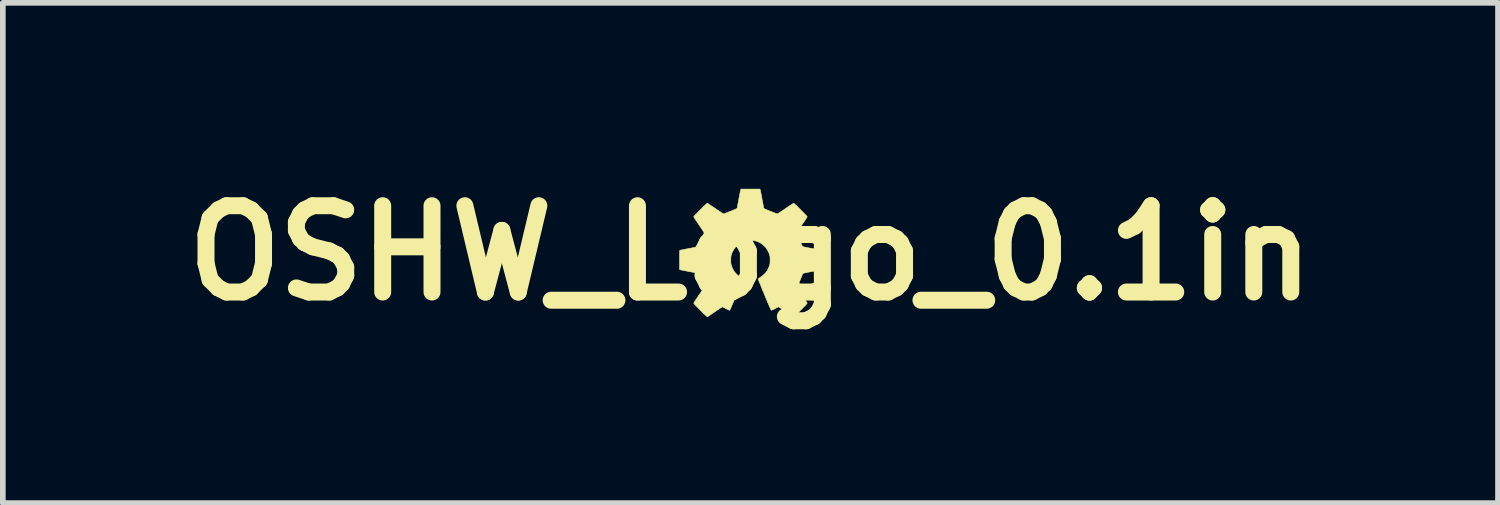
<source format=kicad_pcb>
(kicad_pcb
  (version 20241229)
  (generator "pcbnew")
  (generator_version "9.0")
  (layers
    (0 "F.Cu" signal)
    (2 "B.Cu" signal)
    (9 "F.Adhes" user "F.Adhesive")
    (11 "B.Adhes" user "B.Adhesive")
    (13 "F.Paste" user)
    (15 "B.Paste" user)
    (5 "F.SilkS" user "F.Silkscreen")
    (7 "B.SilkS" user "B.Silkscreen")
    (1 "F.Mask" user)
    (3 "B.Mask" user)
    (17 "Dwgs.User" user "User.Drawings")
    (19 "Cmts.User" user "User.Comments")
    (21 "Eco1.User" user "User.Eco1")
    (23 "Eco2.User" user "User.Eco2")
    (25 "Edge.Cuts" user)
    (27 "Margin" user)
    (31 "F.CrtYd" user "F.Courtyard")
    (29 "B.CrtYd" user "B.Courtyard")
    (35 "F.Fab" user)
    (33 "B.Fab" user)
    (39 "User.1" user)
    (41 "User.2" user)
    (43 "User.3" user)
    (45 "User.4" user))
  (footprint "OSHW_Logo_0.1in"
    (layer "F.Cu")
    (at 10.204 1.418)
    (property "Reference" "OSHW_Logo_0.1in" (at 0 0 0) (layer "F.SilkS") (effects (font (size 1.524 1.524) (thickness 0.3))))
    (attr through_hole)
    (fp_poly (pts (xy 0.171 -1.121) (xy 0.172 -1.116) (xy 0.175 -1.105) (xy 0.179 -1.088) (xy 0.183 -1.067) (xy 0.188 -1.041) (xy 0.194 -1.012) (xy 0.2 -0.981) (xy 0.204 -0.956) (xy 0.21 -0.923) (xy 0.216 -0.893) (xy 0.221 -0.865) (xy 0.226 -0.841) (xy 0.23 -0.821) (xy 0.232 -0.805) (xy 0.234 -0.796) (xy 0.235 -0.793) (xy 0.239 -0.787) (xy 0.247 -0.781) (xy 0.256 -0.777) (xy 0.27 -0.771) (xy 0.288 -0.763) (xy 0.309 -0.754) (xy 0.332 -0.745) (xy 0.356 -0.735) (xy 0.381 -0.726) (xy 0.404 -0.717) (xy 0.425 -0.709) (xy 0.444 -0.701) (xy 0.459 -0.696) (xy 0.469 -0.693) (xy 0.474 -0.691) (xy 0.478 -0.693) (xy 0.486 -0.697) (xy 0.497 -0.703) (xy 0.513 -0.713) (xy 0.533 -0.726) (xy 0.557 -0.742) (xy 0.587 -0.762) (xy 0.618 -0.784) (xy 0.646 -0.803) (xy 0.672 -0.82) (xy 0.696 -0.836) (xy 0.717 -0.85) (xy 0.735 -0.862) (xy 0.749 -0.871) (xy 0.758 -0.876) (xy 0.761 -0.878) (xy 0.764 -0.878) (xy 0.768 -0.876) (xy 0.773 -0.872) (xy 0.78 -0.866) (xy 0.79 -0.857) (xy 0.803 -0.845) (xy 0.819 -0.83) (xy 0.838 -0.811) (xy 0.862 -0.787) (xy 0.886 -0.763) (xy 0.917 -0.732) (xy 0.943 -0.705) (xy 0.965 -0.683) (xy 0.981 -0.666) (xy 0.993 -0.653) (xy 1 -0.644) (xy 1.002 -0.64) (xy 1.002 -0.64) (xy 1 -0.635) (xy 0.994 -0.626) (xy 0.986 -0.612) (xy 0.974 -0.594) (xy 0.96 -0.572) (xy 0.944 -0.548) (xy 0.926 -0.522) (xy 0.91 -0.499) (xy 0.886 -0.464) (xy 0.867 -0.435) (xy 0.851 -0.41) (xy 0.838 -0.391) (xy 0.829 -0.376) (xy 0.822 -0.365) (xy 0.819 -0.358) (xy 0.818 -0.355) (xy 0.82 -0.35) (xy 0.824 -0.338) (xy 0.83 -0.323) (xy 0.837 -0.303) (xy 0.846 -0.281) (xy 0.856 -0.258) (xy 0.867 -0.233) (xy 0.877 -0.208) (xy 0.887 -0.185) (xy 0.897 -0.163) (xy 0.905 -0.145) (xy 0.912 -0.13) (xy 0.917 -0.12) (xy 0.92 -0.116) (xy 0.924 -0.114) (xy 0.931 -0.111) (xy 0.943 -0.108) (xy 0.959 -0.104) (xy 0.981 -0.1) (xy 1.008 -0.094) (xy 1.042 -0.088) (xy 1.081 -0.081) (xy 1.114 -0.075) (xy 1.144 -0.069) (xy 1.172 -0.063) (xy 1.196 -0.058) (xy 1.217 -0.054) (xy 1.232 -0.051) (xy 1.241 -0.048) (xy 1.244 -0.047) (xy 1.252 -0.042) (xy 1.252 0.289) (xy 1.244 0.294) (xy 1.239 0.296) (xy 1.228 0.299) (xy 1.211 0.302) (xy 1.19 0.307) (xy 1.165 0.312) (xy 1.136 0.318) (xy 1.105 0.324) (xy 1.085 0.327) (xy 1.047 0.334) (xy 1.015 0.341) (xy 0.989 0.346) (xy 0.969 0.35) (xy 0.953 0.353) (xy 0.942 0.356) (xy 0.934 0.359) (xy 0.929 0.361) (xy 0.928 0.362) (xy 0.925 0.367) (xy 0.92 0.377) (xy 0.913 0.392) (xy 0.905 0.411) (xy 0.896 0.433) (xy 0.886 0.457) (xy 0.876 0.483) (xy 0.866 0.508) (xy 0.856 0.533) (xy 0.847 0.556) (xy 0.839 0.576) (xy 0.833 0.594) (xy 0.828 0.606) (xy 0.826 0.614) (xy 0.826 0.616) (xy 0.827 0.62) (xy 0.833 0.629) (xy 0.842 0.643) (xy 0.853 0.661) (xy 0.867 0.683) (xy 0.883 0.706) (xy 0.901 0.732) (xy 0.914 0.751) (xy 0.932 0.778) (xy 0.949 0.803) (xy 0.965 0.827) (xy 0.978 0.847) (xy 0.989 0.864) (xy 0.996 0.876) (xy 1.001 0.884) (xy 1.002 0.887) (xy 0.999 0.891) (xy 0.992 0.9) (xy 0.982 0.912) (xy 0.968 0.927) (xy 0.951 0.945) (xy 0.932 0.964) (xy 0.912 0.985) (xy 0.891 1.006) (xy 0.869 1.027) (xy 0.848 1.048) (xy 0.828 1.067) (xy 0.81 1.085) (xy 0.794 1.1) (xy 0.78 1.112) (xy 0.77 1.121) (xy 0.764 1.125) (xy 0.763 1.125) (xy 0.759 1.123) (xy 0.749 1.118) (xy 0.735 1.109) (xy 0.717 1.098) (xy 0.696 1.084) (xy 0.672 1.068) (xy 0.646 1.05) (xy 0.63 1.039) (xy 0.603 1.021) (xy 0.578 1.004) (xy 0.555 0.989) (xy 0.535 0.976) (xy 0.519 0.965) (xy 0.506 0.957) (xy 0.499 0.953) (xy 0.497 0.953) (xy 0.492 0.954) (xy 0.481 0.959) (xy 0.467 0.965) (xy 0.45 0.974) (xy 0.434 0.983) (xy 0.413 0.994) (xy 0.395 1.002) (xy 0.381 1.008) (xy 0.372 1.012) (xy 0.37 1.012) (xy 0.368 1.011) (xy 0.366 1.009) (xy 0.363 1.004) (xy 0.359 0.997) (xy 0.355 0.988) (xy 0.349 0.975) (xy 0.342 0.959) (xy 0.333 0.939) (xy 0.323 0.915) (xy 0.31 0.886) (xy 0.296 0.851) (xy 0.279 0.811) (xy 0.26 0.766) (xy 0.25 0.741) (xy 0.233 0.699) (xy 0.216 0.66) (xy 0.201 0.622) (xy 0.187 0.587) (xy 0.174 0.556) (xy 0.163 0.528) (xy 0.153 0.505) (xy 0.146 0.486) (xy 0.141 0.472) (xy 0.138 0.465) (xy 0.138 0.463) (xy 0.14 0.457) (xy 0.146 0.45) (xy 0.157 0.442) (xy 0.192 0.418) (xy 0.225 0.392) (xy 0.254 0.365) (xy 0.278 0.338) (xy 0.289 0.323) (xy 0.3 0.304) (xy 0.312 0.281) (xy 0.323 0.256) (xy 0.333 0.231) (xy 0.339 0.212) (xy 0.343 0.199) (xy 0.345 0.186) (xy 0.346 0.173) (xy 0.347 0.157) (xy 0.347 0.136) (xy 0.347 0.125) (xy 0.347 0.102) (xy 0.347 0.084) (xy 0.346 0.07) (xy 0.344 0.057) (xy 0.341 0.045) (xy 0.339 0.039) (xy 0.323 -0.009) (xy 0.301 -0.052) (xy 0.272 -0.093) (xy 0.251 -0.118) (xy 0.215 -0.15) (xy 0.176 -0.177) (xy 0.134 -0.198) (xy 0.09 -0.213) (xy 0.044 -0.222) (xy -0.002 -0.224) (xy -0.049 -0.221) (xy -0.095 -0.211) (xy -0.14 -0.195) (xy -0.183 -0.173) (xy -0.19 -0.168) (xy -0.228 -0.139) (xy -0.263 -0.105) (xy -0.292 -0.065) (xy -0.314 -0.026) (xy -0.326 -0.000325) (xy -0.335 0.023) (xy -0.341 0.046) (xy -0.345 0.069) (xy -0.347 0.096) (xy -0.347 0.127) (xy -0.347 0.151) (xy -0.346 0.169) (xy -0.345 0.184) (xy -0.343 0.196) (xy -0.341 0.208) (xy -0.339 0.213) (xy -0.332 0.234) (xy -0.323 0.258) (xy -0.312 0.283) (xy -0.3 0.305) (xy -0.289 0.323) (xy -0.289 0.323) (xy -0.266 0.352) (xy -0.237 0.381) (xy -0.203 0.41) (xy -0.164 0.438) (xy -0.158 0.442) (xy -0.146 0.45) (xy -0.14 0.457) (xy -0.138 0.463) (xy -0.138 0.463) (xy -0.139 0.467) (xy -0.143 0.478) (xy -0.149 0.494) (xy -0.157 0.515) (xy -0.168 0.54) (xy -0.18 0.57) (xy -0.193 0.603) (xy -0.208 0.639) (xy -0.224 0.677) (xy -0.241 0.718) (xy -0.25 0.741) (xy -0.27 0.79) (xy -0.288 0.833) (xy -0.304 0.87) (xy -0.317 0.902) (xy -0.328 0.928) (xy -0.338 0.951) (xy -0.346 0.969) (xy -0.352 0.983) (xy -0.358 0.994) (xy -0.362 1.002) (xy -0.365 1.007) (xy -0.367 1.01) (xy -0.369 1.012) (xy -0.369 1.012) (xy -0.375 1.011) (xy -0.386 1.006) (xy -0.401 0.999) (xy -0.419 0.99) (xy -0.433 0.983) (xy -0.452 0.973) (xy -0.468 0.965) (xy -0.482 0.958) (xy -0.492 0.954) (xy -0.496 0.953) (xy -0.501 0.954) (xy -0.51 0.96) (xy -0.524 0.969) (xy -0.542 0.98) (xy -0.562 0.993) (xy -0.584 1.008) (xy -0.6 1.019) (xy -0.625 1.036) (xy -0.649 1.052) (xy -0.672 1.068) (xy -0.692 1.082) (xy -0.709 1.094) (xy -0.722 1.102) (xy -0.726 1.105) (xy -0.74 1.114) (xy -0.751 1.121) (xy -0.76 1.125) (xy -0.763 1.125) (xy -0.768 1.123) (xy -0.776 1.116) (xy -0.789 1.104) (xy -0.807 1.088) (xy -0.829 1.067) (xy -0.856 1.04) (xy -0.886 1.01) (xy -0.918 0.978) (xy -0.945 0.951) (xy -0.966 0.928) (xy -0.983 0.911) (xy -0.994 0.898) (xy -1 0.89) (xy -1.002 0.887) (xy -1 0.883) (xy -0.994 0.873) (xy -0.986 0.859) (xy -0.974 0.841) (xy -0.96 0.82) (xy -0.944 0.796) (xy -0.927 0.77) (xy -0.914 0.751) (xy -0.895 0.724) (xy -0.878 0.699) (xy -0.863 0.676) (xy -0.85 0.655) (xy -0.839 0.639) (xy -0.831 0.626) (xy -0.826 0.618) (xy -0.826 0.616) (xy -0.827 0.61) (xy -0.831 0.599) (xy -0.836 0.583) (xy -0.844 0.563) (xy -0.852 0.541) (xy -0.862 0.516) (xy -0.872 0.491) (xy -0.883 0.466) (xy -0.893 0.441) (xy -0.902 0.418) (xy -0.911 0.398) (xy -0.919 0.382) (xy -0.924 0.369) (xy -0.928 0.363) (xy -0.929 0.362) (xy -0.932 0.36) (xy -0.938 0.357) (xy -0.947 0.355) (xy -0.96 0.352) (xy -0.977 0.348) (xy -1 0.343) (xy -1.027 0.338) (xy -1.061 0.332) (xy -1.087 0.327) (xy -1.118 0.321) (xy -1.148 0.315) (xy -1.176 0.31) (xy -1.199 0.305) (xy -1.219 0.301) (xy -1.233 0.297) (xy -1.242 0.295) (xy -1.244 0.294) (xy -1.252 0.289) (xy -1.252 0.124) (xy -1.252 0.085) (xy -1.252 0.052) (xy -1.252 0.026) (xy -1.252 0.005) (xy -1.251 -0.012) (xy -1.251 -0.025) (xy -1.25 -0.034) (xy -1.25 -0.04) (xy -1.248 -0.044) (xy -1.247 -0.046) (xy -1.247 -0.046) (xy -1.242 -0.048) (xy -1.232 -0.05) (xy -1.215 -0.054) (xy -1.194 -0.058) (xy -1.169 -0.063) (xy -1.141 -0.069) (xy -1.11 -0.075) (xy -1.084 -0.08) (xy -1.044 -0.087) (xy -1.011 -0.094) (xy -0.983 -0.099) (xy -0.962 -0.104) (xy -0.945 -0.107) (xy -0.933 -0.11) (xy -0.925 -0.113) (xy -0.921 -0.115) (xy -0.92 -0.115) (xy -0.917 -0.12) (xy -0.912 -0.131) (xy -0.905 -0.146) (xy -0.896 -0.165) (xy -0.886 -0.187) (xy -0.876 -0.211) (xy -0.865 -0.236) (xy -0.855 -0.26) (xy -0.845 -0.284) (xy -0.836 -0.306) (xy -0.829 -0.325) (xy -0.823 -0.34) (xy -0.82 -0.35) (xy -0.818 -0.355) (xy -0.82 -0.36) (xy -0.824 -0.368) (xy -0.831 -0.38) (xy -0.841 -0.396) (xy -0.855 -0.417) (xy -0.872 -0.442) (xy -0.893 -0.473) (xy -0.91 -0.499) (xy -0.929 -0.526) (xy -0.946 -0.552) (xy -0.962 -0.576) (xy -0.976 -0.597) (xy -0.987 -0.614) (xy -0.995 -0.628) (xy -1.001 -0.636) (xy -1.002 -0.64) (xy -0.999 -0.644) (xy -0.992 -0.653) (xy -0.982 -0.665) (xy -0.968 -0.68) (xy -0.951 -0.697) (xy -0.932 -0.717) (xy -0.912 -0.738) (xy -0.891 -0.759) (xy -0.869 -0.78) (xy -0.848 -0.801) (xy -0.828 -0.82) (xy -0.81 -0.838) (xy -0.794 -0.853) (xy -0.78 -0.865) (xy -0.77 -0.874) (xy -0.764 -0.878) (xy -0.763 -0.878) (xy -0.759 -0.876) (xy -0.749 -0.871) (xy -0.735 -0.862) (xy -0.717 -0.85) (xy -0.696 -0.836) (xy -0.672 -0.82) (xy -0.645 -0.802) (xy -0.62 -0.785) (xy -0.585 -0.761) (xy -0.555 -0.741) (xy -0.531 -0.725) (xy -0.511 -0.712) (xy -0.496 -0.703) (xy -0.485 -0.696) (xy -0.477 -0.692) (xy -0.474 -0.691) (xy -0.468 -0.693) (xy -0.458 -0.696) (xy -0.442 -0.702) (xy -0.423 -0.709) (xy -0.402 -0.717) (xy -0.378 -0.727) (xy -0.354 -0.736) (xy -0.33 -0.746) (xy -0.308 -0.755) (xy -0.287 -0.764) (xy -0.269 -0.771) (xy -0.256 -0.777) (xy -0.248 -0.781) (xy -0.24 -0.786) (xy -0.235 -0.792) (xy -0.235 -0.793) (xy -0.234 -0.797) (xy -0.232 -0.808) (xy -0.229 -0.825) (xy -0.225 -0.846) (xy -0.22 -0.871) (xy -0.215 -0.899) (xy -0.209 -0.93) (xy -0.204 -0.956) (xy -0.198 -0.989) (xy -0.192 -1.019) (xy -0.187 -1.047) (xy -0.182 -1.072) (xy -0.178 -1.092) (xy -0.174 -1.108) (xy -0.172 -1.118) (xy -0.171 -1.121) (xy -0.166 -1.129) (xy 0.166 -1.129) (xy 0.171 -1.121)) (stroke (width 0.01) (type solid)) (fill yes) (layer "F.SilkS")))
  (gr_rect
    (start -3 -3)
    (end 23.407 5.836)
    (stroke (width 0.1) (type default))
    (fill no)
    (layer "Edge.Cuts")))
</source>
